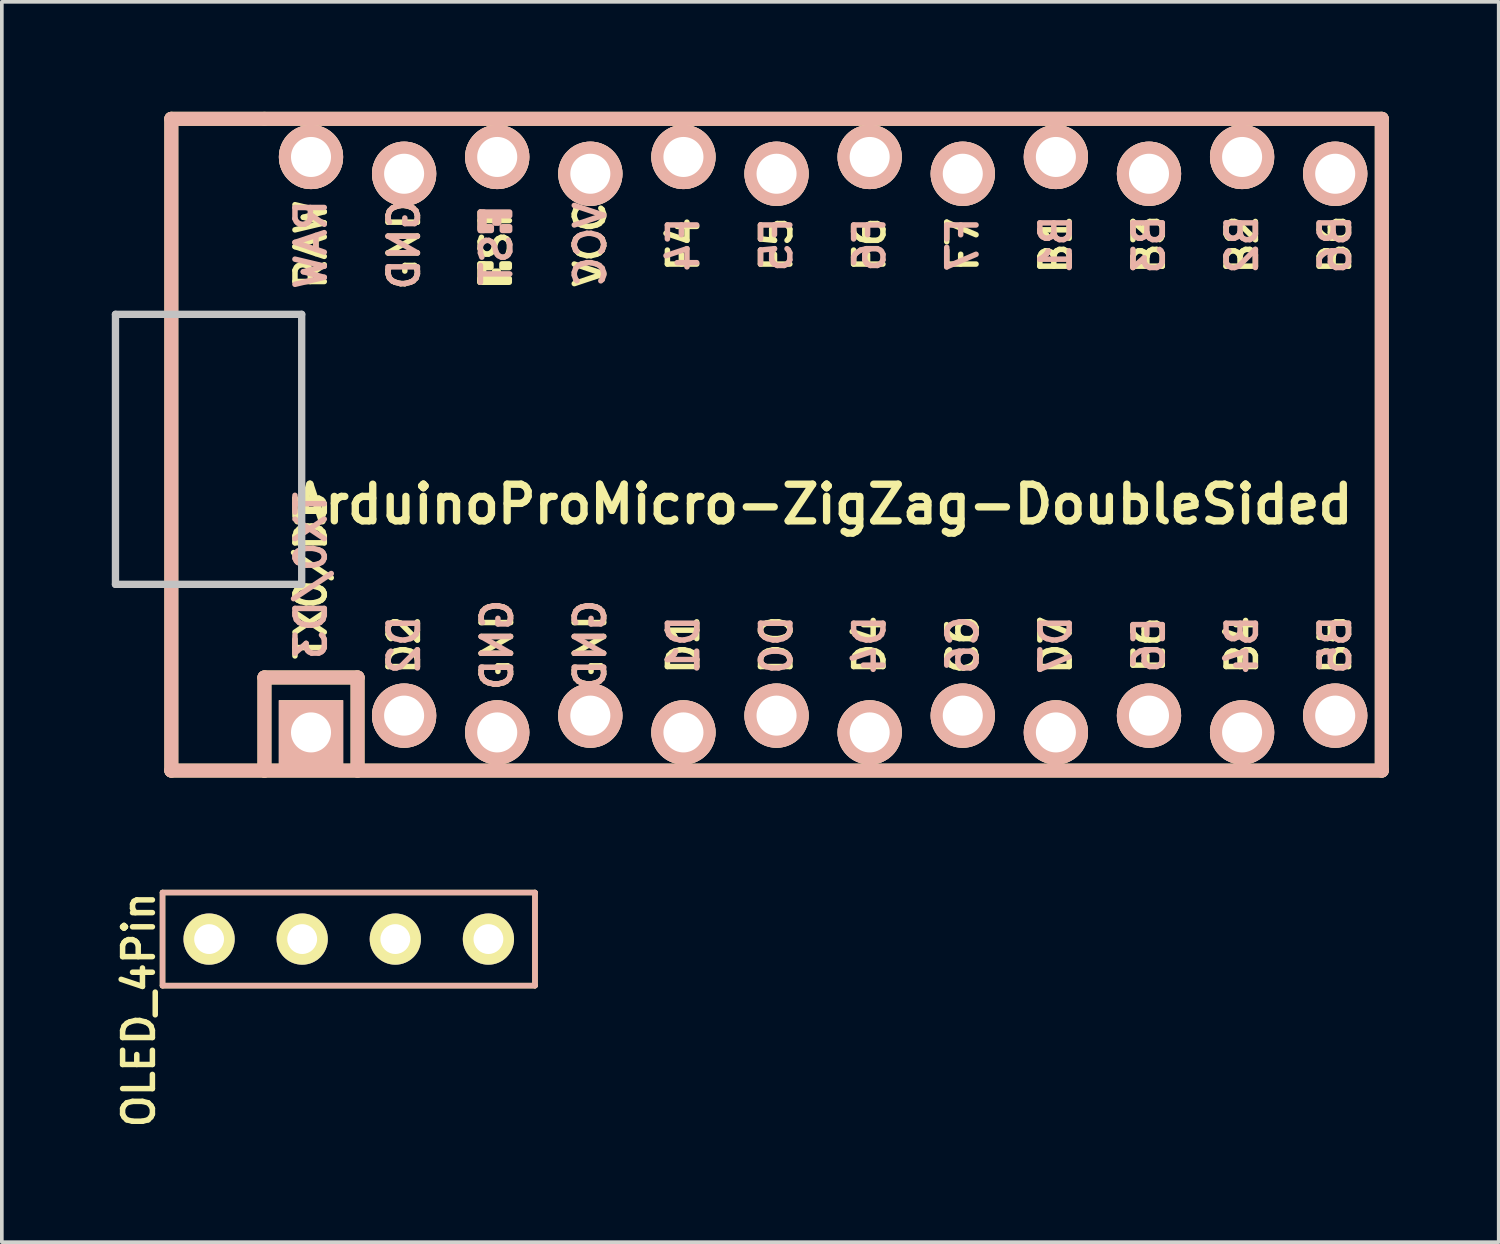
<source format=kicad_pcb>
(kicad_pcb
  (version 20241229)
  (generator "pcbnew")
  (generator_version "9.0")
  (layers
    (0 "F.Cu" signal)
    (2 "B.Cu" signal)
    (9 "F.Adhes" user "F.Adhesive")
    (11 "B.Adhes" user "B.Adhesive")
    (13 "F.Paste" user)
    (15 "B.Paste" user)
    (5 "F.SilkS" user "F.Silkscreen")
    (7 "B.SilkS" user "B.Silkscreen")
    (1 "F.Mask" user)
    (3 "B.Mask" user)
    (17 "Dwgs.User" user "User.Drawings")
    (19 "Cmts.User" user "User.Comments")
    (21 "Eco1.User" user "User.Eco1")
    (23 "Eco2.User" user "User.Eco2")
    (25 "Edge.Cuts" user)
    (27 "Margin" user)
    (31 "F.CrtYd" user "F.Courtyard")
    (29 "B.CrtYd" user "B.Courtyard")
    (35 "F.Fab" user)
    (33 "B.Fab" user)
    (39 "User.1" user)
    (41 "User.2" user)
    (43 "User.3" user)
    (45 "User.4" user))
  (footprint "OLED_4Pin"
    (layer "F.Cu")
    (at 2.654 22.568)
    (property "Reference" "OLED_4Pin" (at -1.915 1.93 90) (layer "F.SilkS") (effects (font (size 0.813 0.813) (thickness 0.15))))
    (attr through_hole)
    (fp_line (start -1.27 -1.27) (end 8.89 -1.27) (stroke (width 0.15) (type solid)) (layer "F.SilkS"))
    (fp_line (start -1.27 1.27) (end -1.27 -1.27) (stroke (width 0.15) (type solid)) (layer "F.SilkS"))
    (fp_line (start -1.27 1.27) (end 8.89 1.27) (stroke (width 0.15) (type solid)) (layer "F.SilkS"))
    (fp_line (start 8.89 -1.27) (end 8.89 1.27) (stroke (width 0.15) (type solid)) (layer "F.SilkS"))
    (fp_line (start -1.27 -1.27) (end 8.89 -1.27) (stroke (width 0.15) (type solid)) (layer "B.SilkS"))
    (fp_line (start -1.27 1.27) (end -1.27 -1.27) (stroke (width 0.15) (type solid)) (layer "B.SilkS"))
    (fp_line (start 8.89 -1.27) (end 8.89 1.27) (stroke (width 0.15) (type solid)) (layer "B.SilkS"))
    (fp_line (start 8.89 1.27) (end -1.27 1.27) (stroke (width 0.15) (type solid)) (layer "B.SilkS"))
    (pad "1" thru_hole circle (at 0 0) (size 1.397 1.397) (drill 0.813) (layers "*.Cu" "*.Mask" "F.SilkS"))
    (pad "2" thru_hole circle (at 2.54 0) (size 1.397 1.397) (drill 0.813) (layers "*.Cu" "*.Mask" "F.SilkS"))
    (pad "3" thru_hole circle (at 5.08 0) (size 1.397 1.397) (drill 0.813) (layers "*.Cu" "*.Mask" "F.SilkS"))
    (pad "4" thru_hole circle (at 7.62 0) (size 1.397 1.397) (drill 0.813) (layers "*.Cu" "*.Mask" "F.SilkS")))
  (footprint "ArduinoProMicro-ZigZag-DoubleSided"
    (layer "F.Cu")
    (at 19.404 9.081)
    (property "Reference" "ArduinoProMicro-ZigZag-DoubleSided" (at 0 1.625 0) (layer "F.SilkS") (effects (font (size 1 1) (thickness 0.2))))
    (attr through_hole)
    (fp_line (start -17.78 -8.89) (end -17.78 8.89) (stroke (width 0.381) (type solid)) (layer "F.SilkS"))
    (fp_line (start -17.78 8.89) (end -15.24 8.89) (stroke (width 0.381) (type solid)) (layer "F.SilkS"))
    (fp_line (start -15.24 -8.89) (end -17.78 -8.89) (stroke (width 0.381) (type solid)) (layer "F.SilkS"))
    (fp_line (start -15.24 6.35) (end -15.24 8.89) (stroke (width 0.381) (type solid)) (layer "F.SilkS"))
    (fp_line (start -15.24 6.35) (end -12.7 6.35) (stroke (width 0.381) (type solid)) (layer "F.SilkS"))
    (fp_line (start -15.24 8.89) (end 15.24 8.89) (stroke (width 0.381) (type solid)) (layer "F.SilkS"))
    (fp_line (start -12.7 6.35) (end -12.7 8.89) (stroke (width 0.381) (type solid)) (layer "F.SilkS"))
    (fp_line (start 15.24 -8.89) (end -15.24 -8.89) (stroke (width 0.381) (type solid)) (layer "F.SilkS"))
    (fp_line (start 15.24 8.89) (end 15.24 -8.89) (stroke (width 0.381) (type solid)) (layer "F.SilkS"))
    (fp_poly (pts (xy -9.361 -4.932) (xy -9.261 -4.932) (xy -9.261 -4.432) (xy -9.361 -4.432)) (stroke (width 0.15) (type solid)) (fill yes) (layer "F.SilkS"))
    (fp_poly (pts (xy -9.361 -4.932) (xy -9.061 -4.932) (xy -9.061 -4.832) (xy -9.361 -4.832)) (stroke (width 0.15) (type solid)) (fill yes) (layer "F.SilkS"))
    (fp_poly (pts (xy -9.361 -4.532) (xy -8.561 -4.532) (xy -8.561 -4.432) (xy -9.361 -4.432)) (stroke (width 0.15) (type solid)) (fill yes) (layer "F.SilkS"))
    (fp_poly (pts (xy -8.961 -4.732) (xy -8.861 -4.732) (xy -8.861 -4.632) (xy -8.961 -4.632)) (stroke (width 0.15) (type solid)) (fill yes) (layer "F.SilkS"))
    (fp_poly (pts (xy -8.761 -4.932) (xy -8.561 -4.932) (xy -8.561 -4.832) (xy -8.761 -4.832)) (stroke (width 0.15) (type solid)) (fill yes) (layer "F.SilkS"))
    (fp_line (start -17.78 -8.89) (end -17.78 8.89) (stroke (width 0.381) (type solid)) (layer "B.SilkS"))
    (fp_line (start -17.78 8.89) (end 15.24 8.89) (stroke (width 0.381) (type solid)) (layer "B.SilkS"))
    (fp_line (start -15.24 6.35) (end -15.24 8.89) (stroke (width 0.381) (type solid)) (layer "B.SilkS"))
    (fp_line (start -15.24 6.35) (end -12.7 6.35) (stroke (width 0.381) (type solid)) (layer "B.SilkS"))
    (fp_line (start -12.7 6.35) (end -12.7 8.89) (stroke (width 0.381) (type solid)) (layer "B.SilkS"))
    (fp_line (start 15.24 -8.89) (end -17.78 -8.89) (stroke (width 0.381) (type solid)) (layer "B.SilkS"))
    (fp_line (start 15.24 8.89) (end 15.24 -8.89) (stroke (width 0.381) (type solid)) (layer "B.SilkS"))
    (fp_poly (pts (xy -9.351 -6.245) (xy -8.551 -6.245) (xy -8.551 -6.345) (xy -9.351 -6.345)) (stroke (width 0.15) (type solid)) (fill yes) (layer "B.SilkS"))
    (fp_poly (pts (xy -9.351 -5.845) (xy -9.251 -5.845) (xy -9.251 -6.345) (xy -9.351 -6.345)) (stroke (width 0.15) (type solid)) (fill yes) (layer "B.SilkS"))
    (fp_poly (pts (xy -9.351 -5.845) (xy -9.051 -5.845) (xy -9.051 -5.945) (xy -9.351 -5.945)) (stroke (width 0.15) (type solid)) (fill yes) (layer "B.SilkS"))
    (fp_poly (pts (xy -8.951 -6.045) (xy -8.851 -6.045) (xy -8.851 -6.145) (xy -8.951 -6.145)) (stroke (width 0.15) (type solid)) (fill yes) (layer "B.SilkS"))
    (fp_poly (pts (xy -8.751 -5.845) (xy -8.551 -5.845) (xy -8.551 -5.945) (xy -8.751 -5.945)) (stroke (width 0.15) (type solid)) (fill yes) (layer "B.SilkS"))
    (fp_line (start -19.304 -3.556) (end -14.224 -3.556) (stroke (width 0.2) (type solid)) (layer "Dwgs.User"))
    (fp_line (start -19.304 3.81) (end -19.304 -3.556) (stroke (width 0.2) (type solid)) (layer "Dwgs.User"))
    (fp_line (start -14.224 -3.556) (end -14.224 3.81) (stroke (width 0.2) (type solid)) (layer "Dwgs.User"))
    (fp_line (start -14.224 3.81) (end -19.304 3.81) (stroke (width 0.2) (type solid)) (layer "Dwgs.User"))
    (fp_text user "B3" (at 8.89 -5.461 90) (layer "F.SilkS") (effects (font (size 0.8 0.8) (thickness 0.15))))
    (fp_text user "VCC" (at -6.35 -5.461 90) (layer "F.SilkS") (effects (font (size 0.8 0.8) (thickness 0.15))))
    (fp_text user "B1" (at 6.35 -5.461 90) (layer "F.SilkS") (effects (font (size 0.8 0.8) (thickness 0.15))))
    (fp_text user "F7" (at 3.81 -5.461 90) (layer "F.SilkS") (effects (font (size 0.8 0.8) (thickness 0.15))))
    (fp_text user "E6" (at 8.89 5.461 90) (layer "F.SilkS") (effects (font (size 0.8 0.8) (thickness 0.15))))
    (fp_text user "TX0/D3" (at -13.97 3.572 90) (layer "F.SilkS") (effects (font (size 0.8 0.8) (thickness 0.15))))
    (fp_text user "F6" (at 1.27 -5.461 90) (layer "F.SilkS") (effects (font (size 0.8 0.8) (thickness 0.15))))
    (fp_text user "B6" (at 13.97 -5.461 90) (layer "F.SilkS") (effects (font (size 0.8 0.8) (thickness 0.15))))
    (fp_text user "D1" (at -3.81 5.461 90) (layer "F.SilkS") (effects (font (size 0.8 0.8) (thickness 0.15))))
    (fp_text user "D4" (at 1.27 5.461 90) (layer "F.SilkS") (effects (font (size 0.8 0.8) (thickness 0.15))))
    (fp_text user "D2" (at -11.43 5.461 90) (layer "F.SilkS") (effects (font (size 0.8 0.8) (thickness 0.15))))
    (fp_text user "GND" (at -11.43 -5.461 90) (layer "F.SilkS") (effects (font (size 0.8 0.8) (thickness 0.15))))
    (fp_text user "GND" (at -6.35 5.461 90) (layer "F.SilkS") (effects (font (size 0.8 0.8) (thickness 0.15))))
    (fp_text user "D7" (at 6.35 5.461 90) (layer "F.SilkS") (effects (font (size 0.8 0.8) (thickness 0.15))))
    (fp_text user "B4" (at 11.43 5.461 90) (layer "F.SilkS") (effects (font (size 0.8 0.8) (thickness 0.15))))
    (fp_text user "GND" (at -8.89 5.461 90) (layer "F.SilkS") (effects (font (size 0.8 0.8) (thickness 0.15))))
    (fp_text user "F5" (at -1.27 -5.461 90) (layer "F.SilkS") (effects (font (size 0.8 0.8) (thickness 0.15))))
    (fp_text user "RAW" (at -13.97 -5.461 90) (layer "F.SilkS") (effects (font (size 0.8 0.8) (thickness 0.15))))
    (fp_text user "C6" (at 3.81 5.461 90) (layer "F.SilkS") (effects (font (size 0.8 0.8) (thickness 0.15))))
    (fp_text user "ST" (at -8.92 -5.733 90) (layer "F.SilkS") (effects (font (size 0.8 0.8) (thickness 0.15))))
    (fp_text user "B2" (at 11.43 -5.461 90) (layer "F.SilkS") (effects (font (size 0.8 0.8) (thickness 0.15))))
    (fp_text user "B5" (at 13.97 5.461 90) (layer "F.SilkS") (effects (font (size 0.8 0.8) (thickness 0.15))))
    (fp_text user "D0" (at -1.27 5.461 90) (layer "F.SilkS") (effects (font (size 0.8 0.8) (thickness 0.15))))
    (fp_text user "F4" (at -3.81 -5.461 90) (layer "F.SilkS") (effects (font (size 0.8 0.8) (thickness 0.15))))
    (fp_text user "GND" (at -6.35 5.461 90) (layer "B.SilkS") (effects (font (size 0.8 0.8) (thickness 0.15)) (justify mirror)))
    (fp_text user "B1" (at 6.35 -5.461 90) (layer "B.SilkS") (effects (font (size 0.8 0.8) (thickness 0.15)) (justify mirror)))
    (fp_text user "D7" (at 6.35 5.461 90) (layer "B.SilkS") (effects (font (size 0.8 0.8) (thickness 0.15)) (justify mirror)))
    (fp_text user "ST" (at -8.91 -5.04 90) (layer "B.SilkS") (effects (font (size 0.8 0.8) (thickness 0.15)) (justify mirror)))
    (fp_text user "GND" (at -8.89 5.461 90) (layer "B.SilkS") (effects (font (size 0.8 0.8) (thickness 0.15)) (justify mirror)))
    (fp_text user "GND" (at -11.43 -5.461 90) (layer "B.SilkS") (effects (font (size 0.8 0.8) (thickness 0.15)) (justify mirror)))
    (fp_text user "B6" (at 13.97 -5.461 90) (layer "B.SilkS") (effects (font (size 0.8 0.8) (thickness 0.15)) (justify mirror)))
    (fp_text user "TX0/D3" (at -13.97 3.572 90) (layer "B.SilkS") (effects (font (size 0.8 0.8) (thickness 0.15)) (justify mirror)))
    (fp_text user "D1" (at -3.81 5.461 90) (layer "B.SilkS") (effects (font (size 0.8 0.8) (thickness 0.15)) (justify mirror)))
    (fp_text user "B4" (at 11.43 5.461 90) (layer "B.SilkS") (effects (font (size 0.8 0.8) (thickness 0.15)) (justify mirror)))
    (fp_text user "D0" (at -1.27 5.461 90) (layer "B.SilkS") (effects (font (size 0.8 0.8) (thickness 0.15)) (justify mirror)))
    (fp_text user "B3" (at 8.89 -5.461 90) (layer "B.SilkS") (effects (font (size 0.8 0.8) (thickness 0.15)) (justify mirror)))
    (fp_text user "VCC" (at -6.35 -5.461 90) (layer "B.SilkS") (effects (font (size 0.8 0.8) (thickness 0.15)) (justify mirror)))
    (fp_text user "B5" (at 13.97 5.461 90) (layer "B.SilkS") (effects (font (size 0.8 0.8) (thickness 0.15)) (justify mirror)))
    (fp_text user "D4" (at 1.27 5.461 90) (layer "B.SilkS") (effects (font (size 0.8 0.8) (thickness 0.15)) (justify mirror)))
    (fp_text user "F6" (at 1.27 -5.461 90) (layer "B.SilkS") (effects (font (size 0.8 0.8) (thickness 0.15)) (justify mirror)))
    (fp_text user "F7" (at 3.81 -5.461 90) (layer "B.SilkS") (effects (font (size 0.8 0.8) (thickness 0.15)) (justify mirror)))
    (fp_text user "F4" (at -3.81 -5.461 90) (layer "B.SilkS") (effects (font (size 0.8 0.8) (thickness 0.15)) (justify mirror)))
    (fp_text user "D2" (at -11.43 5.461 90) (layer "B.SilkS") (effects (font (size 0.8 0.8) (thickness 0.15)) (justify mirror)))
    (fp_text user "E6" (at 8.89 5.461 90) (layer "B.SilkS") (effects (font (size 0.8 0.8) (thickness 0.15)) (justify mirror)))
    (fp_text user "F5" (at -1.27 -5.461 90) (layer "B.SilkS") (effects (font (size 0.8 0.8) (thickness 0.15)) (justify mirror)))
    (fp_text user "RAW" (at -13.97 -5.461 90) (layer "B.SilkS") (effects (font (size 0.8 0.8) (thickness 0.15)) (justify mirror)))
    (fp_text user "C6" (at 3.81 5.461 90) (layer "B.SilkS") (effects (font (size 0.8 0.8) (thickness 0.15)) (justify mirror)))
    (fp_text user "B2" (at 11.43 -5.461 90) (layer "B.SilkS") (effects (font (size 0.8 0.8) (thickness 0.15)) (justify mirror)))
    (pad "1" thru_hole rect (at -13.97 7.849) (size 1.753 1.753) (drill 1.092) (layers "*.Cu" "*.SilkS" "*.Mask"))
    (pad "2" thru_hole circle (at -11.43 7.391) (size 1.753 1.753) (drill 1.092) (layers "*.Cu" "*.SilkS" "*.Mask"))
    (pad "3" thru_hole circle (at -8.89 7.849) (size 1.753 1.753) (drill 1.092) (layers "*.Cu" "*.SilkS" "*.Mask"))
    (pad "4" thru_hole circle (at -6.35 7.391) (size 1.753 1.753) (drill 1.092) (layers "*.Cu" "*.SilkS" "*.Mask"))
    (pad "5" thru_hole circle (at -3.81 7.849) (size 1.753 1.753) (drill 1.092) (layers "*.Cu" "*.SilkS" "*.Mask"))
    (pad "6" thru_hole circle (at -1.27 7.391) (size 1.753 1.753) (drill 1.092) (layers "*.Cu" "*.SilkS" "*.Mask"))
    (pad "7" thru_hole circle (at 1.27 7.849) (size 1.753 1.753) (drill 1.092) (layers "*.Cu" "*.SilkS" "*.Mask"))
    (pad "8" thru_hole circle (at 3.81 7.391) (size 1.753 1.753) (drill 1.092) (layers "*.Cu" "*.SilkS" "*.Mask"))
    (pad "9" thru_hole circle (at 6.35 7.849) (size 1.753 1.753) (drill 1.092) (layers "*.Cu" "*.SilkS" "*.Mask"))
    (pad "10" thru_hole circle (at 8.89 7.391) (size 1.753 1.753) (drill 1.092) (layers "*.Cu" "*.SilkS" "*.Mask"))
    (pad "11" thru_hole circle (at 11.43 7.849) (size 1.753 1.753) (drill 1.092) (layers "*.Cu" "*.SilkS" "*.Mask"))
    (pad "12" thru_hole circle (at 13.97 7.391) (size 1.753 1.753) (drill 1.092) (layers "*.Cu" "*.SilkS" "*.Mask"))
    (pad "13" thru_hole circle (at 13.97 -7.391) (size 1.753 1.753) (drill 1.092) (layers "*.Cu" "*.SilkS" "*.Mask"))
    (pad "14" thru_hole circle (at 11.43 -7.849) (size 1.753 1.753) (drill 1.092) (layers "*.Cu" "*.SilkS" "*.Mask"))
    (pad "15" thru_hole circle (at 8.89 -7.391) (size 1.753 1.753) (drill 1.092) (layers "*.Cu" "*.SilkS" "*.Mask"))
    (pad "16" thru_hole circle (at 6.35 -7.849) (size 1.753 1.753) (drill 1.092) (layers "*.Cu" "*.SilkS" "*.Mask"))
    (pad "17" thru_hole circle (at 3.81 -7.391) (size 1.753 1.753) (drill 1.092) (layers "*.Cu" "*.SilkS" "*.Mask"))
    (pad "18" thru_hole circle (at 1.27 -7.849) (size 1.753 1.753) (drill 1.092) (layers "*.Cu" "*.SilkS" "*.Mask"))
    (pad "19" thru_hole circle (at -1.27 -7.391) (size 1.753 1.753) (drill 1.092) (layers "*.Cu" "*.SilkS" "*.Mask"))
    (pad "20" thru_hole circle (at -3.81 -7.849) (size 1.753 1.753) (drill 1.092) (layers "*.Cu" "*.SilkS" "*.Mask"))
    (pad "21" thru_hole circle (at -6.35 -7.391) (size 1.753 1.753) (drill 1.092) (layers "*.Cu" "*.SilkS" "*.Mask"))
    (pad "22" thru_hole circle (at -8.89 -7.849) (size 1.753 1.753) (drill 1.092) (layers "*.Cu" "*.SilkS" "*.Mask"))
    (pad "23" thru_hole circle (at -11.43 -7.391) (size 1.753 1.753) (drill 1.092) (layers "*.Cu" "*.SilkS" "*.Mask"))
    (pad "24" thru_hole circle (at -13.97 -7.849) (size 1.753 1.753) (drill 1.092) (layers "*.Cu" "*.SilkS" "*.Mask")))
  (gr_rect
    (start -3 -3)
    (end 37.834 30.835)
    (stroke (width 0.1) (type default))
    (fill no)
    (layer "Edge.Cuts")))
</source>
